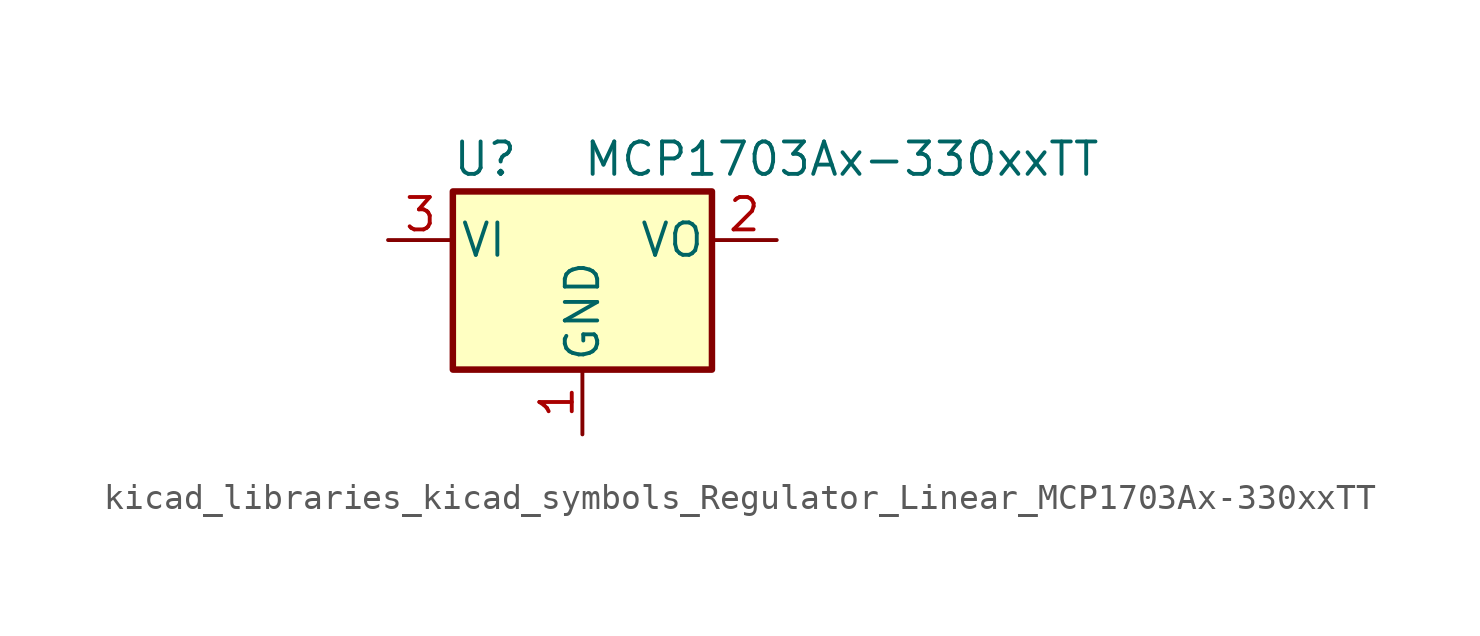
<source format=kicad_sym>
(kicad_symbol_lib
  (version 20220914)
  (generator kicad_symbol_editor)
  (symbol "kicad_libraries_kicad_symbols_Regulator_Linear_MCP1703Ax-330xxTT"
    (pin_names
      (offset 0.254))
    (property "Reference" "U"
      (at -3.81 3.175 0)
      (effects (font (size 1.27 1.27))))
    (property "Value" "MCP1703Ax-330xxTT"
      (at 0 3.175 0)
      (effects (font (size 1.27 1.27)) (justify left)))
    (symbol "kicad_libraries_kicad_symbols_Regulator_Linear_MCP1703Ax-330xxTT_0_1"
      (rectangle (start -5.08 -5.08) (end 5.08 1.905) (stroke (width 0.254) (type default)) (fill (type background))))
    (symbol "kicad_libraries_kicad_symbols_Regulator_Linear_MCP1703Ax-330xxTT_1_1"
      (pin power_in line (at 0 -7.62 90) (length 2.54) (name "GND" (effects (font (size 1.27 1.27)))) (number "1" (effects (font (size 1.27 1.27)))))
      (pin power_out line (at 7.62 0 180) (length 2.54) (name "VO" (effects (font (size 1.27 1.27)))) (number "2" (effects (font (size 1.27 1.27)))))
      (pin power_in line (at -7.62 0 0) (length 2.54) (name "VI" (effects (font (size 1.27 1.27)))) (number "3" (effects (font (size 1.27 1.27))))))))
</source>
